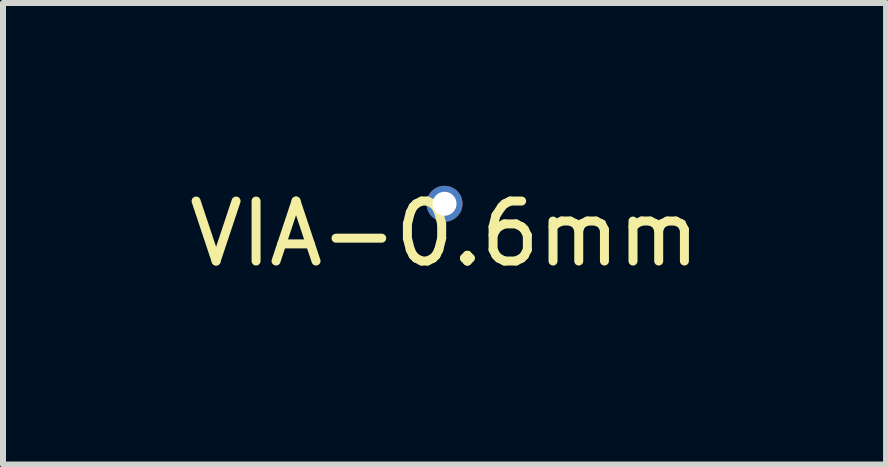
<source format=kicad_pcb>
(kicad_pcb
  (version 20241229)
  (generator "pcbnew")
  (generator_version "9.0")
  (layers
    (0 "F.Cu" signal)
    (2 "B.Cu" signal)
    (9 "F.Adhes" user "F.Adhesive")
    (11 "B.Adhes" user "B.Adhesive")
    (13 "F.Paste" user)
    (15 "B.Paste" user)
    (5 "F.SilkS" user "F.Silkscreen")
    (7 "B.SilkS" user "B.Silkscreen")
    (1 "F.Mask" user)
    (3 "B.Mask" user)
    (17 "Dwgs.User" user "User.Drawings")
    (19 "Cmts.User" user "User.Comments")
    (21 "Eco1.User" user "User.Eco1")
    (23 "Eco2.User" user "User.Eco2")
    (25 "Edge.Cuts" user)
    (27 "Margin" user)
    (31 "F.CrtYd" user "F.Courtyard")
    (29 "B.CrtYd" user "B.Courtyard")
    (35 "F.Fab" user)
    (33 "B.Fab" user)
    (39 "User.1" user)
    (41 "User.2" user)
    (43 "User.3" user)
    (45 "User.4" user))
  (footprint "VIA-0.6mm"
    (layer "F.Cu")
    (at 4.363 0.348)
    (property "Reference" "VIA-0.6mm" (at 0 0.5 0) (layer "F.SilkS") (effects (font (size 1 1) (thickness 0.15))))
    (attr through_hole)
    (pad "1" thru_hole circle (at 0 0) (size 0.6 0.6) (drill 0.4) (layers "*.Cu")))
  (gr_rect
    (start -3 -3)
    (end 11.726 4.697)
    (stroke (width 0.1) (type default))
    (fill no)
    (layer "Edge.Cuts")))
</source>
